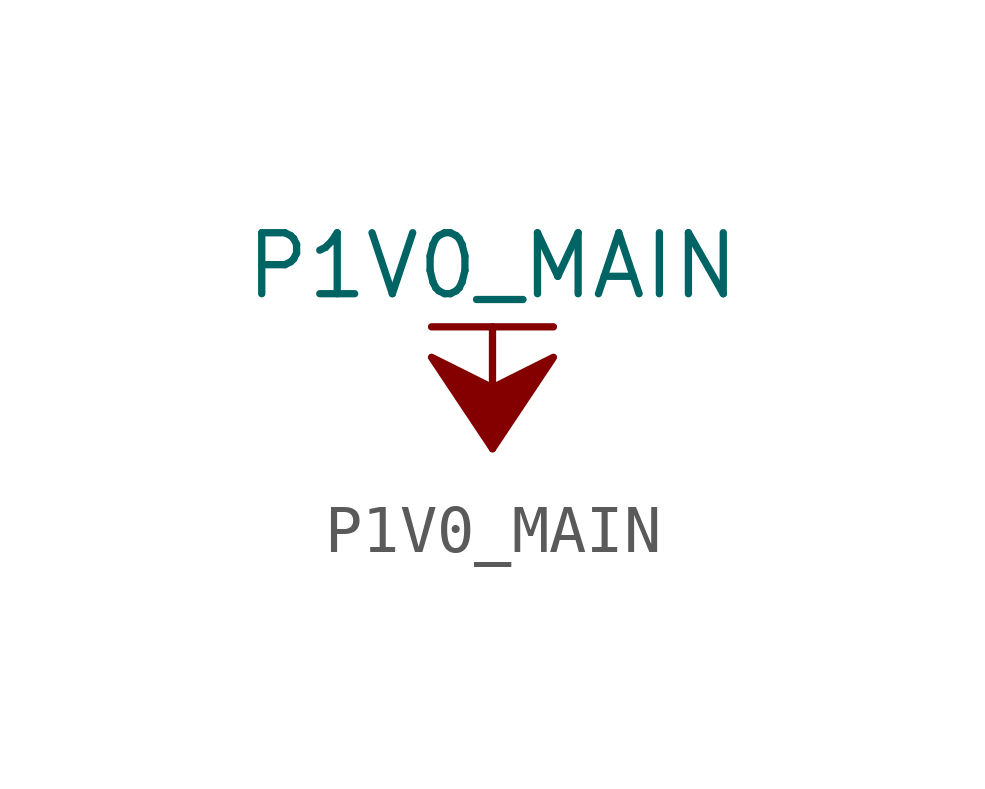
<source format=kicad_sym>
(kicad_symbol_lib
  (version 20211014)
  (generator kicad_symbol_editor)
  (symbol "P1V0_MAIN"
    (power)
    (pin_names
      (offset 0))
    (property "Reference" "#PWR"
      (at 0 -3.81 0)
      (effects (font (size 1.27 1.27)) hide))
    (property "Value" "P1V0_MAIN"
      (at 0 3.81 0)
      (effects (font (size 1.27 1.27))))
    (symbol "P1V0_MAIN_0_1"
      (polyline (pts (xy -1.27 2.54) (xy 1.27 2.54)) (stroke (width 0.152) (type default) (color 0 0 0 0)) (fill (type none)))
      (polyline (pts (xy 0 0) (xy 0 2.54)) (stroke (width 0.152) (type default) (color 0 0 0 0)) (fill (type none)))
      (polyline (pts (xy 0 0) (xy 1.27 1.905) (xy 0 1.27) (xy -1.27 1.905) (xy 0 0)) (stroke (width 0.152) (type default) (color 0 0 0 0)) (fill (type outline))))
    (symbol "P1V0_MAIN_1_1"
      (pin power_in line (at 0 0 90) (length 0) hide (name "P1V0_MAIN" (effects (font (size 1.27 1.27)))) (number "1" (effects (font (size 1.27 1.27))))))))
</source>
